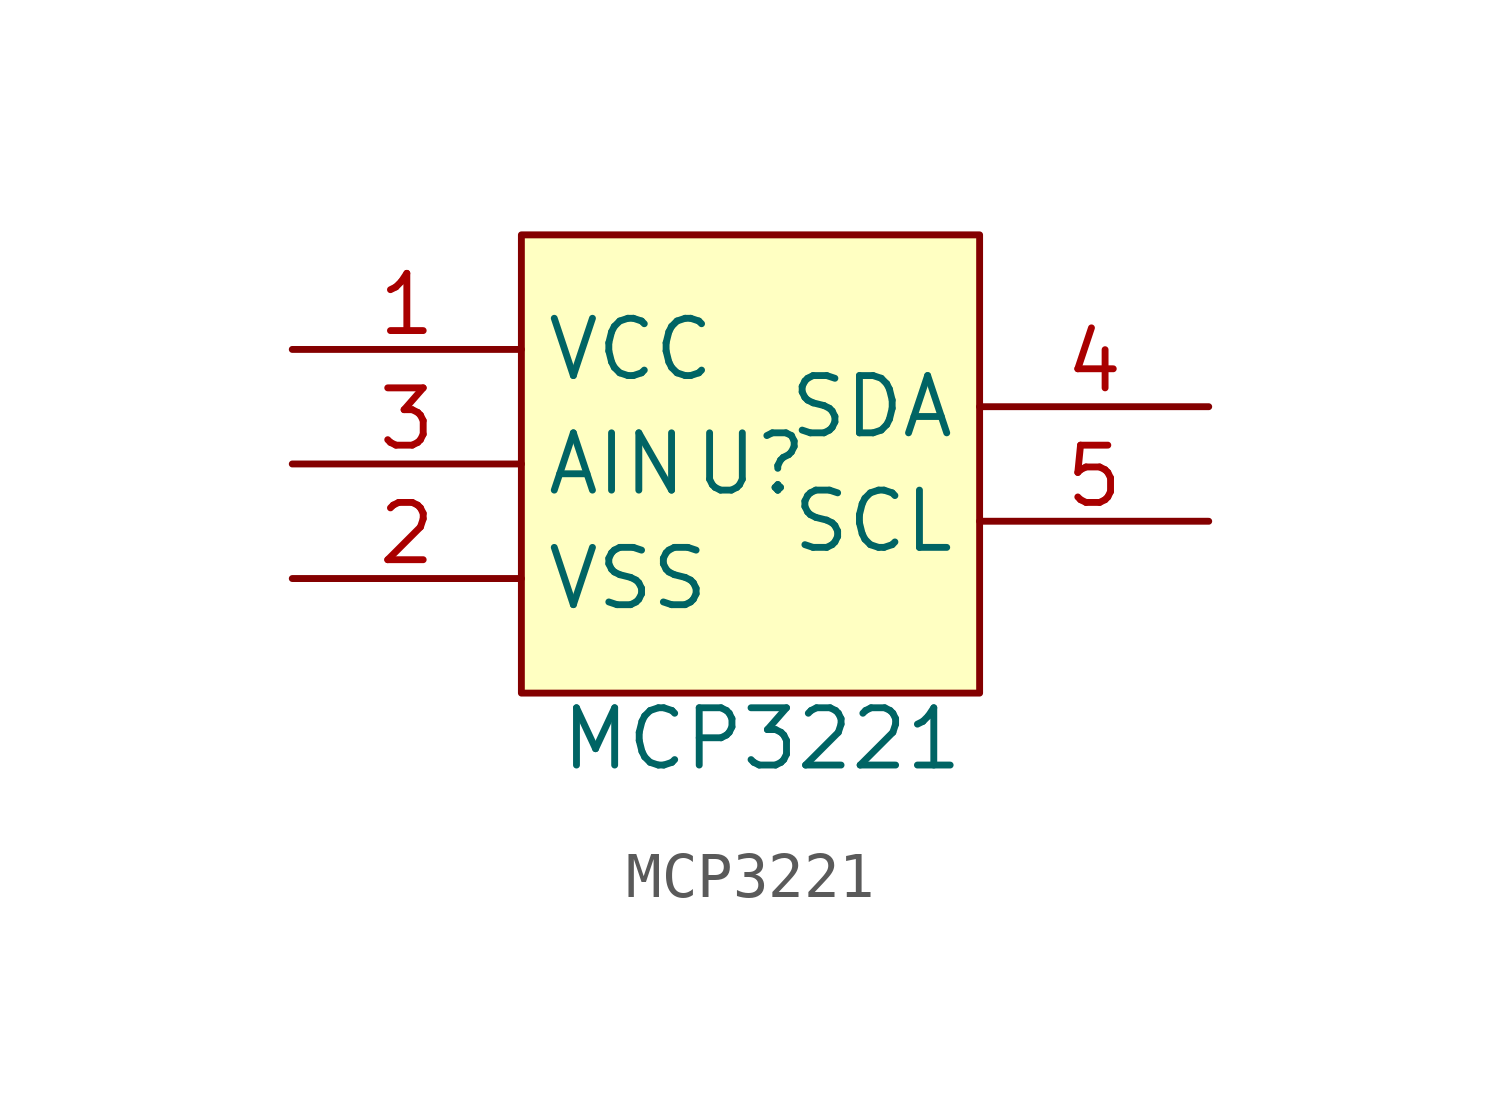
<source format=kicad_sym>
(kicad_symbol_lib
  (version 20231120)
  (generator "kicad_symbol_editor")
  (generator_version "8.0")
  (symbol "MCP3221"
    (property "Reference" "U"
      (at 0 0 0)
      (effects (font (size 1.27 1.27))))
    (property "Value" "MCP3221"
      (at 0.254 -6.096 0)
      (effects (font (size 1.27 1.27))))
    (symbol "MCP3221_1_1"
      (rectangle (start -5.08 5.08) (end 5.08 -5.08) (stroke (width 0) (type default)) (fill (type background)))
      (pin input line (at -10.16 2.54 0) (length 5.08) (name "VCC" (effects (font (size 1.27 1.27)))) (number "1" (effects (font (size 1.27 1.27)))))
      (pin input line (at -10.16 -2.54 0) (length 5.08) (name "VSS" (effects (font (size 1.27 1.27)))) (number "2" (effects (font (size 1.27 1.27)))))
      (pin input line (at -10.16 0 0) (length 5.08) (name "AIN" (effects (font (size 1.27 1.27)))) (number "3" (effects (font (size 1.27 1.27)))))
      (pin bidirectional line (at 10.16 1.27 180) (length 5.08) (name "SDA" (effects (font (size 1.27 1.27)))) (number "4" (effects (font (size 1.27 1.27)))))
      (pin input line (at 10.16 -1.27 180) (length 5.08) (name "SCL" (effects (font (size 1.27 1.27)))) (number "5" (effects (font (size 1.27 1.27))))))))
</source>
